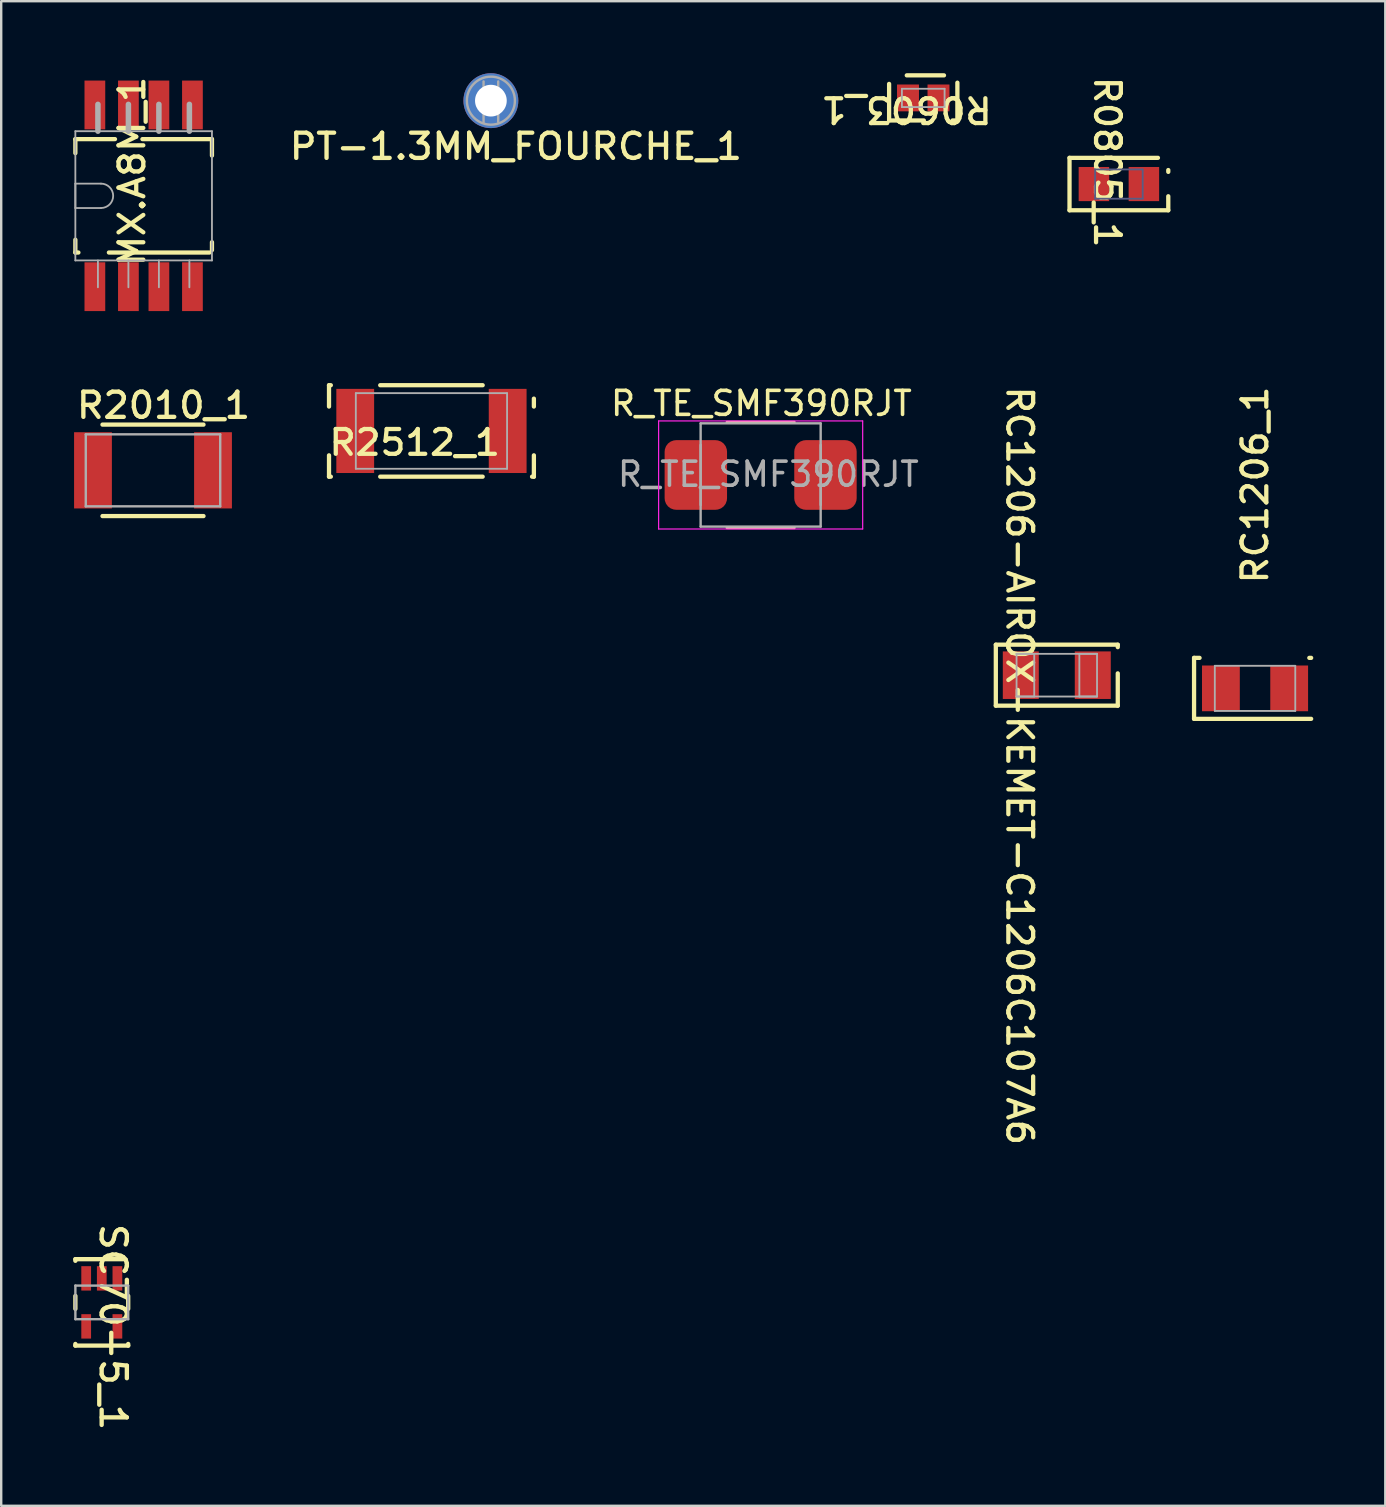
<source format=kicad_pcb>
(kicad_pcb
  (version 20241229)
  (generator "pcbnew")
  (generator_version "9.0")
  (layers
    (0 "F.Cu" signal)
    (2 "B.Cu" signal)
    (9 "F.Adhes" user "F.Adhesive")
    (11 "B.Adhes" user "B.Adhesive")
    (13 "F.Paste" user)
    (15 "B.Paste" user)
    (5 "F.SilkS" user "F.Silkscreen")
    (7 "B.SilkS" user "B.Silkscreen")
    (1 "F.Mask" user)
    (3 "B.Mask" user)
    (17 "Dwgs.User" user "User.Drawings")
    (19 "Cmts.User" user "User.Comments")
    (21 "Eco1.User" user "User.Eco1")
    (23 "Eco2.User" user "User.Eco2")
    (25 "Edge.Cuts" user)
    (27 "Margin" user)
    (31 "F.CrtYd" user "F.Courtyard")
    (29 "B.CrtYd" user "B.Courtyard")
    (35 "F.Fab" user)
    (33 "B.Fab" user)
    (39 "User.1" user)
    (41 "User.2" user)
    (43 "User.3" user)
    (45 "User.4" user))
  (footprint "R2010_1"
    (layer "F.Cu")
    (at 3.323 16.542)
    (property "Reference" "R2010_1" (at 0.438 -2.705 0) (unlocked yes) (layer "F.SilkS") (effects (font (size 1.05 1.104) (thickness 0.18))))
    (attr smd)
    (fp_line (start -2.103 -1.905) (end 2.103 -1.905) (stroke (width 0.18) (type solid)) (layer "F.SilkS"))
    (fp_line (start -2.103 1.905) (end 2.103 1.905) (stroke (width 0.18) (type solid)) (layer "F.SilkS"))
    (fp_line (start -2.8 -1.5) (end 2.8 -1.5) (stroke (width 0.1) (type solid)) (layer "F.Fab"))
    (fp_line (start -2.8 1.5) (end -2.8 -1.5) (stroke (width 0.1) (type solid)) (layer "F.Fab"))
    (fp_line (start -2.8 1.5) (end 2.8 1.5) (stroke (width 0.1) (type solid)) (layer "F.Fab"))
    (fp_line (start 2.8 1.5) (end 2.8 -1.5) (stroke (width 0.1) (type solid)) (layer "F.Fab"))
    (pad "1" smd rect (at -2.5 0) (size 1.575 3.175) (layers "F.Cu" "F.Mask" "F.Paste"))
    (pad "2" smd rect (at 2.5 0) (size 1.575 3.175) (layers "F.Cu" "F.Mask" "F.Paste")))
  (footprint "RC1206-AIROX-KEMET-C1206C107A6"
    (layer "F.Cu")
    (at 40.971 25.075)
    (property "Reference" "RC1206-AIROX-KEMET-C1206C107A6" (at -1.549 3.772 270) (unlocked yes) (layer "F.SilkS") (effects (font (size 1.033 1.087) (thickness 0.178))))
    (attr smd)
    (fp_line (start -2.54 -1.27) (end 2.54 -1.27) (stroke (width 0.178) (type solid)) (layer "F.SilkS"))
    (fp_line (start -2.54 1.27) (end -2.54 -1.27) (stroke (width 0.178) (type solid)) (layer "F.SilkS"))
    (fp_line (start -2.54 1.27) (end 2.54 1.27) (stroke (width 0.178) (type solid)) (layer "F.SilkS"))
    (fp_line (start 2.54 -1.168) (end 2.54 -1.27) (stroke (width 0.178) (type solid)) (layer "F.SilkS"))
    (fp_line (start 2.54 1.27) (end 2.54 -0.076) (stroke (width 0.178) (type solid)) (layer "F.SilkS"))
    (fp_line (start -1.676 -0.889) (end -0.94 -0.889) (stroke (width 0.076) (type solid)) (layer "F.Fab"))
    (fp_line (start -1.676 -0.889) (end 1.676 -0.889) (stroke (width 0.076) (type solid)) (layer "F.Fab"))
    (fp_line (start -1.676 0.889) (end -1.676 -0.889) (stroke (width 0.076) (type solid)) (layer "F.Fab"))
    (fp_line (start -1.676 0.889) (end -0.94 0.889) (stroke (width 0.076) (type solid)) (layer "F.Fab"))
    (fp_line (start -1.676 0.889) (end 1.676 0.889) (stroke (width 0.076) (type solid)) (layer "F.Fab"))
    (fp_line (start -0.94 0.889) (end -0.94 -0.889) (stroke (width 0.076) (type solid)) (layer "F.Fab"))
    (fp_line (start 0.94 -0.889) (end 1.676 -0.889) (stroke (width 0.076) (type solid)) (layer "F.Fab"))
    (fp_line (start 0.94 0.889) (end 0.94 -0.889) (stroke (width 0.076) (type solid)) (layer "F.Fab"))
    (fp_line (start 0.94 0.889) (end 1.676 0.889) (stroke (width 0.076) (type solid)) (layer "F.Fab"))
    (fp_line (start 1.676 0.889) (end 1.676 -0.889) (stroke (width 0.076) (type solid)) (layer "F.Fab"))
    (pad "1" smd rect (at -1.499 0) (size 1.499 1.981) (layers "F.Cu" "F.Mask" "F.Paste"))
    (pad "2" smd rect (at 1.499 0) (size 1.499 1.981) (layers "F.Cu" "F.Mask" "F.Paste")))
  (footprint "MX.A8M_1"
    (layer "F.Cu")
    (at 2.934 5.107)
    (property "Reference" "MX.A8M_1" (at -0.483 -1.016 90) (unlocked yes) (layer "F.SilkS") (effects (font (size 1.033 1.087) (thickness 0.178))))
    (attr smd)
    (fp_line (start -2.845 -2.362) (end -1.194 -2.362) (stroke (width 0.178) (type solid)) (layer "F.SilkS"))
    (fp_line (start -2.845 -1.778) (end -2.845 -2.362) (stroke (width 0.178) (type solid)) (layer "F.SilkS"))
    (fp_line (start -2.845 2.362) (end -2.845 1.829) (stroke (width 0.178) (type solid)) (layer "F.SilkS"))
    (fp_line (start -2.845 2.362) (end -2.718 2.362) (stroke (width 0.178) (type solid)) (layer "F.SilkS"))
    (fp_line (start -1.448 2.362) (end 2.743 2.362) (stroke (width 0.178) (type solid)) (layer "F.SilkS"))
    (fp_line (start -0.051 -2.362) (end 2.845 -2.362) (stroke (width 0.178) (type solid)) (layer "F.SilkS"))
    (fp_line (start 2.845 -1.676) (end 2.845 -2.362) (stroke (width 0.178) (type solid)) (layer "F.SilkS"))
    (fp_line (start 2.845 2.261) (end 2.845 1.93) (stroke (width 0.178) (type solid)) (layer "F.SilkS"))
    (fp_line (start -2.845 -2.692) (end 2.845 -2.692) (stroke (width 0.076) (type solid)) (layer "F.Fab"))
    (fp_line (start -2.845 -0.508) (end -1.778 -0.508) (stroke (width 0.076) (type solid)) (layer "F.Fab"))
    (fp_line (start -2.845 0.508) (end -2.845 -0.508) (stroke (width 0.076) (type solid)) (layer "F.Fab"))
    (fp_line (start -2.845 0.508) (end -1.778 0.508) (stroke (width 0.076) (type solid)) (layer "F.Fab"))
    (fp_line (start -2.845 2.692) (end -2.845 -2.692) (stroke (width 0.076) (type solid)) (layer "F.Fab"))
    (fp_line (start -2.845 2.692) (end 2.845 2.692) (stroke (width 0.076) (type solid)) (layer "F.Fab"))
    (fp_line (start -1.905 -2.692) (end -1.905 -3.81) (stroke (width 0.229) (type solid)) (layer "F.Fab"))
    (fp_line (start -1.905 3.81) (end -1.905 2.692) (stroke (width 0.076) (type solid)) (layer "F.Fab"))
    (fp_line (start -0.635 -2.692) (end -0.635 -3.81) (stroke (width 0.229) (type solid)) (layer "F.Fab"))
    (fp_line (start -0.635 3.81) (end -0.635 2.692) (stroke (width 0.076) (type solid)) (layer "F.Fab"))
    (fp_line (start 0.635 -2.692) (end 0.635 -3.81) (stroke (width 0.229) (type solid)) (layer "F.Fab"))
    (fp_line (start 0.635 3.81) (end 0.635 2.692) (stroke (width 0.076) (type solid)) (layer "F.Fab"))
    (fp_line (start 1.905 -2.692) (end 1.905 -3.81) (stroke (width 0.229) (type solid)) (layer "F.Fab"))
    (fp_line (start 1.905 3.81) (end 1.905 2.692) (stroke (width 0.076) (type solid)) (layer "F.Fab"))
    (fp_line (start 2.845 2.692) (end 2.845 -2.692) (stroke (width 0.076) (type solid)) (layer "F.Fab"))
    (fp_arc (start -1.778 -0.508) (mid -1.27 0) (end -1.778 0.508) (stroke (width 0.0762) (type solid)) (layer "F.Fab"))
    (pad "1" smd rect (at -2.032 3.785) (size 0.864 2.032) (layers "F.Cu" "F.Mask" "F.Paste"))
    (pad "2" smd rect (at -0.635 3.785) (size 0.864 2.032) (layers "F.Cu" "F.Mask" "F.Paste"))
    (pad "3" smd rect (at 0.635 3.785) (size 0.864 2.032) (layers "F.Cu" "F.Mask" "F.Paste"))
    (pad "4" smd rect (at 2.032 3.785) (size 0.864 2.032) (layers "F.Cu" "F.Mask" "F.Paste"))
    (pad "5" smd rect (at 2.032 -3.785) (size 0.864 2.032) (layers "F.Cu" "F.Mask" "F.Paste"))
    (pad "6" smd rect (at 0.635 -3.785) (size 0.864 2.032) (layers "F.Cu" "F.Mask" "F.Paste"))
    (pad "7" smd rect (at -0.635 -3.785) (size 0.864 2.032) (layers "F.Cu" "F.Mask" "F.Paste"))
    (pad "8" smd rect (at -2.032 -3.785) (size 0.864 2.032) (layers "F.Cu" "F.Mask" "F.Paste")))
  (footprint "R0603_1"
    (layer "F.Cu")
    (at 35.408 1.029)
    (property "Reference" "R0603_1" (at -0.699 0.483 180) (unlocked yes) (layer "F.SilkS") (effects (font (size 1.033 1.087) (thickness 0.178))))
    (attr smd)
    (fp_line (start -1.422 0.94) (end -1.422 -0.584) (stroke (width 0.178) (type solid)) (layer "F.SilkS"))
    (fp_line (start -1.422 0.94) (end 0.025 0.94) (stroke (width 0.178) (type solid)) (layer "F.SilkS"))
    (fp_line (start -0.686 -0.94) (end 0.864 -0.94) (stroke (width 0.178) (type solid)) (layer "F.SilkS"))
    (fp_line (start 1.219 0.94) (end 1.422 0.94) (stroke (width 0.178) (type solid)) (layer "F.SilkS"))
    (fp_line (start 1.422 0.94) (end 1.422 -0.635) (stroke (width 0.178) (type solid)) (layer "F.SilkS"))
    (fp_line (start -0.889 -0.381) (end 0.889 -0.381) (stroke (width 0.076) (type solid)) (layer "F.Fab"))
    (fp_line (start -0.889 0.381) (end -0.889 -0.381) (stroke (width 0.076) (type solid)) (layer "F.Fab"))
    (fp_line (start -0.889 0.381) (end 0.889 0.381) (stroke (width 0.076) (type solid)) (layer "F.Fab"))
    (fp_line (start 0.889 0.381) (end 0.889 -0.381) (stroke (width 0.076) (type solid)) (layer "F.Fab"))
    (pad "1" smd rect (at -0.635 0) (size 0.914 1.118) (layers "F.Cu" "F.Mask" "F.Paste"))
    (pad "2" smd rect (at 0.635 0) (size 0.914 1.118) (layers "F.Cu" "F.Mask" "F.Paste")))
  (footprint "R0805_1"
    (layer "F.Cu")
    (at 43.558 4.617)
    (property "Reference" "R0805_1" (at -0.483 -0.914 270) (unlocked yes) (layer "F.SilkS") (effects (font (size 1.033 1.087) (thickness 0.178))))
    (attr smd)
    (fp_line (start -2.057 -1.092) (end 1.626 -1.092) (stroke (width 0.178) (type solid)) (layer "F.SilkS"))
    (fp_line (start -2.057 1.092) (end -2.057 -1.092) (stroke (width 0.178) (type solid)) (layer "F.SilkS"))
    (fp_line (start -2.057 1.092) (end 2.057 1.092) (stroke (width 0.178) (type solid)) (layer "F.SilkS"))
    (fp_line (start 2.057 -0.508) (end 2.057 -0.584) (stroke (width 0.178) (type solid)) (layer "F.SilkS"))
    (fp_line (start 2.057 1.092) (end 2.057 0.508) (stroke (width 0.178) (type solid)) (layer "F.SilkS"))
    (fp_line (start -0.991 -0.61) (end 0.991 -0.61) (stroke (width 0.076) (type solid)) (layer "B.Fab"))
    (fp_line (start -0.991 0.61) (end -0.991 -0.61) (stroke (width 0.076) (type solid)) (layer "B.Fab"))
    (fp_line (start -0.991 0.61) (end 0.991 0.61) (stroke (width 0.076) (type solid)) (layer "B.Fab"))
    (fp_line (start 0.991 0.61) (end 0.991 -0.61) (stroke (width 0.076) (type solid)) (layer "B.Fab"))
    (pad "1" smd rect (at -1.041 0) (size 1.27 1.422) (layers "F.Cu" "F.Mask" "F.Paste"))
    (pad "2" smd rect (at 1.041 0) (size 1.27 1.422) (layers "F.Cu" "F.Mask" "F.Paste")))
  (footprint "SC70-5_1"
    (layer "F.Cu")
    (at 1.19 51.201)
    (property "Reference" "SC70-5_1" (at 0.471 1.03 270) (unlocked yes) (layer "F.SilkS") (effects (font (size 1.05 1.104) (thickness 0.18))))
    (attr smd)
    (fp_line (start -1.1 -1.8) (end 0.903 -1.8) (stroke (width 0.18) (type solid)) (layer "F.SilkS"))
    (fp_line (start -1.1 -1.732) (end -1.1 -1.8) (stroke (width 0.18) (type solid)) (layer "F.SilkS"))
    (fp_line (start -1.1 0.268) (end -1.1 -0.268) (stroke (width 0.18) (type solid)) (layer "F.SilkS"))
    (fp_line (start -1.1 1.8) (end -1.1 1.732) (stroke (width 0.18) (type solid)) (layer "F.SilkS"))
    (fp_line (start -1.1 1.8) (end 1.1 1.8) (stroke (width 0.18) (type solid)) (layer "F.SilkS"))
    (fp_line (start 1.1 0.268) (end 1.1 -0.268) (stroke (width 0.18) (type solid)) (layer "F.SilkS"))
    (fp_line (start 1.1 1.8) (end 1.1 1.732) (stroke (width 0.18) (type solid)) (layer "F.SilkS"))
    (fp_line (start -1.1 -0.7) (end 1.1 -0.7) (stroke (width 0.1) (type solid)) (layer "F.Fab"))
    (fp_line (start -1.1 0.7) (end -1.1 -0.7) (stroke (width 0.1) (type solid)) (layer "F.Fab"))
    (fp_line (start -1.1 0.7) (end 1.1 0.7) (stroke (width 0.1) (type solid)) (layer "F.Fab"))
    (fp_line (start -0.75 -1.2) (end -0.55 -1.2) (stroke (width 0.00003) (type solid)) (layer "F.Fab"))
    (fp_line (start -0.75 -0.7) (end -0.75 -1.2) (stroke (width 0.00003) (type solid)) (layer "F.Fab"))
    (fp_line (start -0.75 -0.7) (end -0.55 -0.7) (stroke (width 0.00003) (type solid)) (layer "F.Fab"))
    (fp_line (start -0.75 0.7) (end -0.55 0.7) (stroke (width 0.00003) (type solid)) (layer "F.Fab"))
    (fp_line (start -0.75 1.2) (end -0.75 0.7) (stroke (width 0.00003) (type solid)) (layer "F.Fab"))
    (fp_line (start -0.75 1.2) (end -0.55 1.2) (stroke (width 0.00003) (type solid)) (layer "F.Fab"))
    (fp_line (start -0.55 -0.7) (end -0.55 -1.2) (stroke (width 0.00003) (type solid)) (layer "F.Fab"))
    (fp_line (start -0.55 1.2) (end -0.55 0.7) (stroke (width 0.00003) (type solid)) (layer "F.Fab"))
    (fp_line (start -0.1 -1.2) (end 0.1 -1.2) (stroke (width 0.00003) (type solid)) (layer "F.Fab"))
    (fp_line (start -0.1 -0.7) (end -0.1 -1.2) (stroke (width 0.00003) (type solid)) (layer "F.Fab"))
    (fp_line (start -0.1 -0.7) (end 0.1 -0.7) (stroke (width 0.00003) (type solid)) (layer "F.Fab"))
    (fp_line (start 0.1 -0.7) (end 0.1 -1.2) (stroke (width 0.00003) (type solid)) (layer "F.Fab"))
    (fp_line (start 0.55 -1.2) (end 0.75 -1.2) (stroke (width 0.00003) (type solid)) (layer "F.Fab"))
    (fp_line (start 0.55 -0.7) (end 0.55 -1.2) (stroke (width 0.00003) (type solid)) (layer "F.Fab"))
    (fp_line (start 0.55 -0.7) (end 0.75 -0.7) (stroke (width 0.00003) (type solid)) (layer "F.Fab"))
    (fp_line (start 0.55 0.7) (end 0.75 0.7) (stroke (width 0.00003) (type solid)) (layer "F.Fab"))
    (fp_line (start 0.55 1.2) (end 0.55 0.7) (stroke (width 0.00003) (type solid)) (layer "F.Fab"))
    (fp_line (start 0.55 1.2) (end 0.75 1.2) (stroke (width 0.00003) (type solid)) (layer "F.Fab"))
    (fp_line (start 0.75 -0.7) (end 0.75 -1.2) (stroke (width 0.00003) (type solid)) (layer "F.Fab"))
    (fp_line (start 0.75 1.2) (end 0.75 0.7) (stroke (width 0.00003) (type solid)) (layer "F.Fab"))
    (fp_line (start 1.1 0.7) (end 1.1 -0.7) (stroke (width 0.1) (type solid)) (layer "F.Fab"))
    (pad "1" smd rect (at 0.65 -1) (size 0.406 1.016) (layers "F.Cu" "F.Mask" "F.Paste"))
    (pad "2" smd rect (at 0 -1) (size 0.406 1.016) (layers "F.Cu" "F.Mask" "F.Paste"))
    (pad "3" smd rect (at -0.65 -1) (size 0.406 1.016) (layers "F.Cu" "F.Mask" "F.Paste"))
    (pad "4" smd rect (at -0.65 1) (size 0.406 1.016) (layers "F.Cu" "F.Mask" "F.Paste"))
    (pad "5" smd rect (at 0.65 1) (size 0.406 1.016) (layers "F.Cu" "F.Mask" "F.Paste")))
  (footprint "PT-1.3MM_FOURCHE_1"
    (layer "F.Cu")
    (at 17.398 1.143)
    (property "Reference" "PT-1.3MM_FOURCHE_1" (at 1.04 1.907 0) (unlocked yes) (layer "F.SilkS") (effects (font (size 1.05 1.104) (thickness 0.18))))
    (attr smd)
    (fp_line (start -0.305 0.9) (end -0.305 -0.8) (stroke (width 0.1) (type solid)) (layer "F.Fab"))
    (fp_line (start 0.305 0.889) (end 0.305 -0.8) (stroke (width 0.1) (type solid)) (layer "F.Fab"))
    (fp_circle (center 0 0) (end 1 0) (stroke (width 0.1) (type solid)) (fill no) (layer "F.Fab"))
    (pad "1" thru_hole circle (at 0 0) (size 2.286 2.286) (drill 1.321) (layers "*.Cu" "*.Mask")))
  (footprint "RC1206_1"
    (layer "F.Cu")
    (at 49.229 25.624)
    (property "Reference" "RC1206_1" (at 0 -8.471 90) (unlocked yes) (layer "F.SilkS") (effects (font (size 1.033 1.087) (thickness 0.178))))
    (attr smd)
    (fp_line (start -2.54 -1.27) (end -2.311 -1.27) (stroke (width 0.178) (type solid)) (layer "F.SilkS"))
    (fp_line (start -2.54 1.27) (end -2.54 -1.27) (stroke (width 0.178) (type solid)) (layer "F.SilkS"))
    (fp_line (start -2.54 1.27) (end 2.337 1.27) (stroke (width 0.178) (type solid)) (layer "F.SilkS"))
    (fp_line (start 2.261 -1.27) (end 2.337 -1.27) (stroke (width 0.178) (type solid)) (layer "F.SilkS"))
    (fp_line (start -1.676 -0.94) (end 1.676 -0.94) (stroke (width 0.076) (type solid)) (layer "F.Fab"))
    (fp_line (start -1.676 0.94) (end -1.676 -0.94) (stroke (width 0.076) (type solid)) (layer "F.Fab"))
    (fp_line (start -1.676 0.94) (end 1.676 0.94) (stroke (width 0.076) (type solid)) (layer "F.Fab"))
    (fp_line (start 1.676 0.94) (end 1.676 -0.94) (stroke (width 0.076) (type solid)) (layer "F.Fab"))
    (pad "1" smd rect (at -1.422 0) (size 1.575 1.905) (layers "F.Cu" "F.Mask" "F.Paste"))
    (pad "2" smd rect (at 1.422 0) (size 1.575 1.905) (layers "F.Cu" "F.Mask" "F.Paste")))
  (footprint "R2512_1"
    (layer "F.Cu")
    (at 14.922 14.901)
    (property "Reference" "R2512_1" (at -0.699 0.483 0) (unlocked yes) (layer "F.SilkS") (effects (font (size 1.033 1.087) (thickness 0.178))))
    (attr smd)
    (fp_line (start -4.267 -1.905) (end -4.267 -1.016) (stroke (width 0.178) (type solid)) (layer "F.SilkS"))
    (fp_line (start -4.267 1.016) (end -4.267 1.905) (stroke (width 0.178) (type solid)) (layer "F.SilkS"))
    (fp_line (start -4.191 -1.905) (end -4.267 -1.905) (stroke (width 0.178) (type solid)) (layer "F.SilkS"))
    (fp_line (start -4.191 1.905) (end -4.267 1.905) (stroke (width 0.178) (type solid)) (layer "F.SilkS"))
    (fp_line (start 2.134 -1.905) (end -2.134 -1.905) (stroke (width 0.178) (type solid)) (layer "F.SilkS"))
    (fp_line (start 2.134 1.905) (end -2.134 1.905) (stroke (width 0.178) (type solid)) (layer "F.SilkS"))
    (fp_line (start 4.267 -1.346) (end 4.267 -1.016) (stroke (width 0.178) (type solid)) (layer "F.SilkS"))
    (fp_line (start 4.267 1.016) (end 4.267 1.905) (stroke (width 0.178) (type solid)) (layer "F.SilkS"))
    (fp_line (start 4.267 1.905) (end 4.191 1.905) (stroke (width 0.178) (type solid)) (layer "F.SilkS"))
    (fp_line (start -3.15 -1.575) (end -3.15 1.575) (stroke (width 0.076) (type solid)) (layer "F.Fab"))
    (fp_line (start 3.15 -1.575) (end -3.15 -1.575) (stroke (width 0.076) (type solid)) (layer "F.Fab"))
    (fp_line (start 3.15 -1.575) (end 3.15 1.575) (stroke (width 0.076) (type solid)) (layer "F.Fab"))
    (fp_line (start 3.15 1.575) (end -3.15 1.575) (stroke (width 0.076) (type solid)) (layer "F.Fab"))
    (pad "1" smd rect (at 3.175 0) (size 1.575 3.505) (layers "F.Cu" "F.Mask" "F.Paste"))
    (pad "2" smd rect (at -3.175 0) (size 1.575 3.505) (layers "F.Cu" "F.Mask" "F.Paste")))
  (footprint "R_TE_SMF390RJT"
    (layer "F.Cu")
    (at 28.635 16.735)
    (property "Reference" "R_TE_SMF390RJT" (at 0.03 -2.98 0) (layer "F.SilkS") (effects (font (size 1 1) (thickness 0.15))))
    (attr smd)
    (fp_line (start -1.402 -2.2) (end 1.402 -2.2) (stroke (width 0.12) (type solid)) (layer "F.SilkS"))
    (fp_line (start -1.402 2.2) (end 1.402 2.2) (stroke (width 0.12) (type solid)) (layer "F.SilkS"))
    (fp_line (start -4.25 -2.25) (end 4.25 -2.25) (stroke (width 0.05) (type solid)) (layer "F.CrtYd"))
    (fp_line (start -4.25 2.25) (end -4.25 -2.25) (stroke (width 0.05) (type solid)) (layer "F.CrtYd"))
    (fp_line (start 4.25 -2.25) (end 4.25 2.25) (stroke (width 0.05) (type solid)) (layer "F.CrtYd"))
    (fp_line (start 4.25 2.25) (end -4.25 2.25) (stroke (width 0.05) (type solid)) (layer "F.CrtYd"))
    (fp_line (start -2.5 -2.15) (end -2.5 2.15) (stroke (width 0.1) (type solid)) (layer "F.Fab"))
    (fp_line (start -2.5 -2.15) (end 2.5 -2.15) (stroke (width 0.1) (type solid)) (layer "F.Fab"))
    (fp_line (start -2.5 1.25) (end -2.5 -1.25) (stroke (width 0.1) (type solid)) (layer "F.Fab"))
    (fp_line (start 2.5 -2.15) (end 2.5 2.15) (stroke (width 0.1) (type solid)) (layer "F.Fab"))
    (fp_line (start 2.5 -1.25) (end 2.5 1.25) (stroke (width 0.1) (type solid)) (layer "F.Fab"))
    (fp_line (start 2.5 2.15) (end -2.5 2.15) (stroke (width 0.1) (type solid)) (layer "F.Fab"))
    (fp_text user "${REFERENCE}" (at 0.32 -0.03 0) (layer "F.Fab") (effects (font (size 1 1) (thickness 0.15))))
    (pad "1" smd roundrect (at -2.7 0) (size 2.6 2.9) (layers "F.Cu" "F.Mask" "F.Paste") (roundrect_rratio 0.185))
    (pad "2" smd roundrect (at 2.7 0) (size 2.6 2.9) (layers "F.Cu" "F.Mask" "F.Paste") (roundrect_rratio 0.185)))
  (gr_rect
    (start -3 -3)
    (end 54.655 59.675)
    (stroke (width 0.1) (type default))
    (fill no)
    (layer "Edge.Cuts")))
</source>
